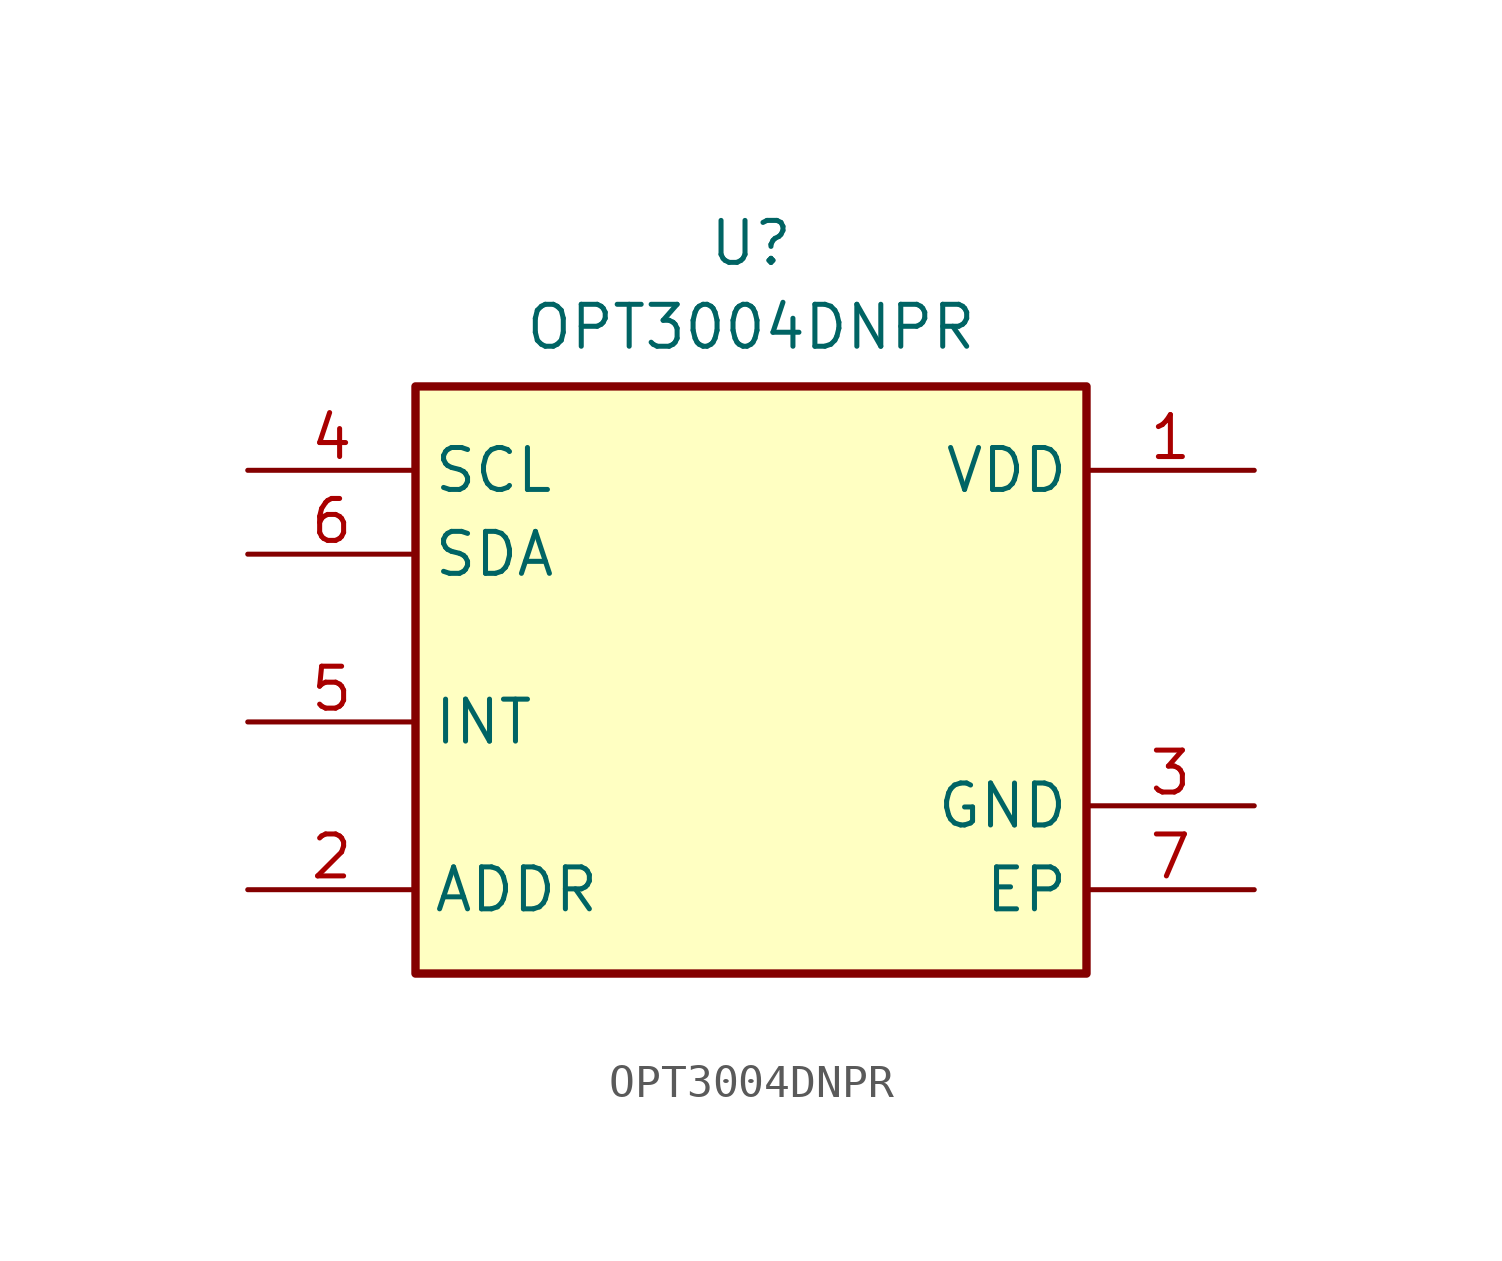
<source format=kicad_sym>
(kicad_symbol_lib
  (version 20220914)
  (generator kicad_symbol_editor)
  (symbol "OPT3004DNPR"
    (property "Reference" "U"
      (at 0 12.7 0)
      (effects (font (size 1.27 1.27)) (justify top)))
    (property "Value" "OPT3004DNPR"
      (at 0 10.16 0)
      (effects (font (size 1.27 1.27)) (justify top)))
    (symbol "OPT3004DNPR_1_1"
      (rectangle (start -10.16 7.62) (end 10.16 -10.16) (stroke (width 0.254) (type default)) (fill (type background)))
      (pin passive line (at 15.24 5.08 180) (length 5.08) (name "VDD" (effects (font (size 1.27 1.27)))) (number "1" (effects (font (size 1.27 1.27)))))
      (pin passive line (at -15.24 -7.62 0) (length 5.08) (name "ADDR" (effects (font (size 1.27 1.27)))) (number "2" (effects (font (size 1.27 1.27)))))
      (pin passive line (at 15.24 -5.08 180) (length 5.08) (name "GND" (effects (font (size 1.27 1.27)))) (number "3" (effects (font (size 1.27 1.27)))))
      (pin passive line (at -15.24 5.08 0) (length 5.08) (name "SCL" (effects (font (size 1.27 1.27)))) (number "4" (effects (font (size 1.27 1.27)))))
      (pin passive line (at -15.24 -2.54 0) (length 5.08) (name "INT" (effects (font (size 1.27 1.27)))) (number "5" (effects (font (size 1.27 1.27)))))
      (pin passive line (at -15.24 2.54 0) (length 5.08) (name "SDA" (effects (font (size 1.27 1.27)))) (number "6" (effects (font (size 1.27 1.27)))))
      (pin passive line (at 15.24 -7.62 180) (length 5.08) (name "EP" (effects (font (size 1.27 1.27)))) (number "7" (effects (font (size 1.27 1.27))))))))
</source>
